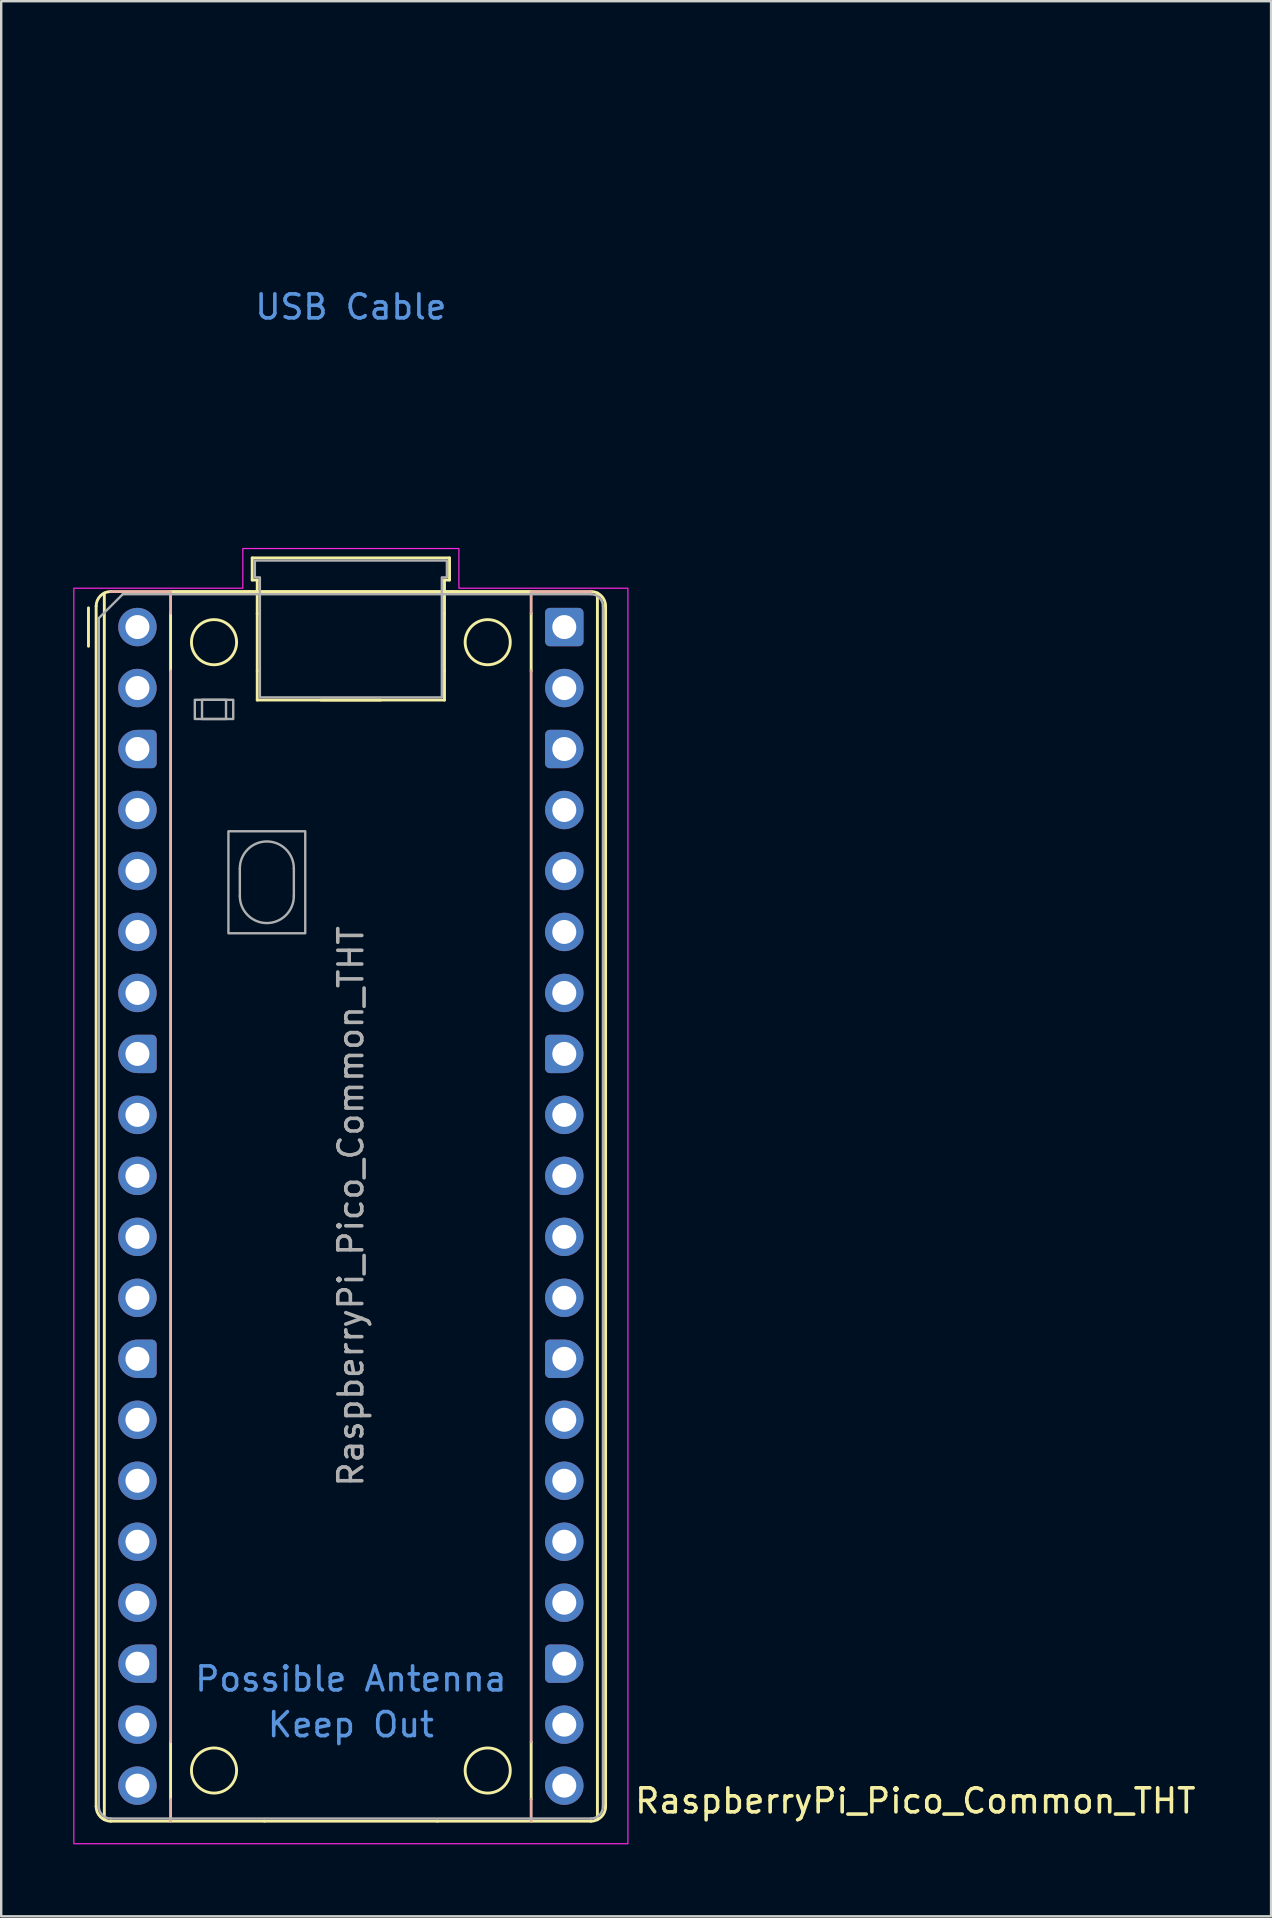
<source format=kicad_pcb>
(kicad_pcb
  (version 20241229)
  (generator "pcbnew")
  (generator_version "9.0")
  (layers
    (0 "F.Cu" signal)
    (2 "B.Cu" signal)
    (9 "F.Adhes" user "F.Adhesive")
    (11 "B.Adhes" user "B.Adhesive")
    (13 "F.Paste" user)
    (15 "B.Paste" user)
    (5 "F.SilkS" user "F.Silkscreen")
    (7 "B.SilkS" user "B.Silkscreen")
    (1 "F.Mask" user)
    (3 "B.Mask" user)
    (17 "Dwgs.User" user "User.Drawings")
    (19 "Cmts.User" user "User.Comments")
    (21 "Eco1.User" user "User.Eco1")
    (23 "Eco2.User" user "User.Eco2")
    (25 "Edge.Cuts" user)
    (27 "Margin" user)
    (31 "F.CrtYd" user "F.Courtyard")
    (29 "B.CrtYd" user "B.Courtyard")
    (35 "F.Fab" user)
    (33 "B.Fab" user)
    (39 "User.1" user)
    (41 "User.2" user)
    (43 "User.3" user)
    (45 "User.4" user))
  (footprint "RaspberryPi_Pico_Common_THT"
    (layer "F.Cu")
    (at 11.565 47.2)
    (property "Reference" "RaspberryPi_Pico_Common_THT" (at 11.748 24.765 0) (unlocked yes) (layer "F.SilkS") (effects (font (size 1 1) (thickness 0.15)) (justify left)))
    (attr through_hole)
    (fp_line (start -10.93 -23.33) (end -10.93 -24.93) (stroke (width 0.12) (type solid)) (layer "F.SilkS"))
    (fp_line (start -10.61 -25) (end -10.61 25) (stroke (width 0.12) (type solid)) (layer "F.SilkS"))
    (fp_line (start -10.27 -25.547) (end -10.27 25.547) (stroke (width 0.12) (type solid)) (layer "F.SilkS"))
    (fp_line (start -10 25.61) (end -3.6 25.61) (stroke (width 0.12) (type solid)) (layer "F.SilkS"))
    (fp_line (start -7.51 -25.61) (end -4.235 -25.61) (stroke (width 0.12) (type solid)) (layer "F.SilkS"))
    (fp_line (start -7.51 -24.696) (end -7.51 -22.304) (stroke (width 0.12) (type solid)) (layer "F.SilkS"))
    (fp_line (start -7.51 22.304) (end -7.51 24.696) (stroke (width 0.12) (type solid)) (layer "F.SilkS"))
    (fp_line (start -4.235 -25.61) (end 4.235 -25.61) (stroke (width 0.12) (type solid)) (layer "F.SilkS"))
    (fp_line (start -4.11 -27.01) (end -4.11 -26.09) (stroke (width 0.12) (type solid)) (layer "F.SilkS"))
    (fp_line (start -4.11 -27.01) (end 4.11 -27.01) (stroke (width 0.12) (type solid)) (layer "F.SilkS"))
    (fp_line (start -4.11 -26.09) (end -3.9 -26.09) (stroke (width 0.12) (type solid)) (layer "F.SilkS"))
    (fp_line (start -3.9 -26.09) (end -3.9 -24.694) (stroke (width 0.12) (type solid)) (layer "F.SilkS"))
    (fp_line (start -3.9 -24.694) (end -3.9 -22.306) (stroke (width 0.12) (type default)) (layer "F.SilkS"))
    (fp_line (start -3.9 -22.306) (end -3.9 -21.09) (stroke (width 0.12) (type solid)) (layer "F.SilkS"))
    (fp_line (start -1.246 -21.09) (end 1.246 -21.09) (stroke (width 0.12) (type solid)) (layer "F.SilkS"))
    (fp_line (start 3.6 25.61) (end -3.6 25.61) (stroke (width 0.12) (type solid)) (layer "F.SilkS"))
    (fp_line (start 3.6 25.61) (end 10 25.61) (stroke (width 0.12) (type solid)) (layer "F.SilkS"))
    (fp_line (start 3.9 -26.09) (end 3.9 -24.694) (stroke (width 0.12) (type solid)) (layer "F.SilkS"))
    (fp_line (start 3.9 -24.694) (end 3.9 -22.306) (stroke (width 0.12) (type default)) (layer "F.SilkS"))
    (fp_line (start 3.9 -22.306) (end 3.9 -21.09) (stroke (width 0.12) (type solid)) (layer "F.SilkS"))
    (fp_line (start 3.9 -21.09) (end -3.9 -21.09) (stroke (width 0.12) (type solid)) (layer "F.SilkS"))
    (fp_line (start 4.11 -27.01) (end 4.11 -26.09) (stroke (width 0.12) (type solid)) (layer "F.SilkS"))
    (fp_line (start 4.11 -26.09) (end 3.9 -26.09) (stroke (width 0.12) (type solid)) (layer "F.SilkS"))
    (fp_line (start 4.235 -25.61) (end 7.51 -25.61) (stroke (width 0.12) (type solid)) (layer "F.SilkS"))
    (fp_line (start 7.51 -24.696) (end 7.51 -22.304) (stroke (width 0.12) (type solid)) (layer "F.SilkS"))
    (fp_line (start 7.51 22.304) (end 7.51 24.696) (stroke (width 0.12) (type solid)) (layer "F.SilkS"))
    (fp_line (start 10.27 25.547) (end 10.27 -25.547) (stroke (width 0.12) (type solid)) (layer "F.SilkS"))
    (fp_line (start 10.61 -25) (end 10.61 25) (stroke (width 0.12) (type solid)) (layer "F.SilkS"))
    (fp_arc (start -10.61 -25) (mid -10.431335 -25.431335) (end -10 -25.61) (stroke (width 0.12) (type solid)) (layer "F.SilkS"))
    (fp_arc (start -10 25.61) (mid -10.431364 25.431364) (end -10.61 25) (stroke (width 0.12) (type solid)) (layer "F.SilkS"))
    (fp_arc (start 10 -25.61) (mid 10.431335 -25.431335) (end 10.61 -25) (stroke (width 0.12) (type solid)) (layer "F.SilkS"))
    (fp_arc (start 10.61 25) (mid 10.431335 25.431335) (end 10 25.61) (stroke (width 0.12) (type solid)) (layer "F.SilkS"))
    (fp_circle (center -5.7 -23.5) (end -4.76 -23.5) (stroke (width 0.12) (type solid)) (fill no) (layer "F.SilkS"))
    (fp_circle (center -5.7 23.5) (end -4.76 23.5) (stroke (width 0.12) (type solid)) (fill no) (layer "F.SilkS"))
    (fp_circle (center 5.7 -23.5) (end 6.64 -23.5) (stroke (width 0.12) (type solid)) (fill no) (layer "F.SilkS"))
    (fp_circle (center 5.7 23.5) (end 6.64 23.5) (stroke (width 0.12) (type solid)) (fill no) (layer "F.SilkS"))
    (fp_line (start -7.51 -25.61) (end -10 -25.61) (stroke (width 0.12) (type solid)) (layer "B.SilkS"))
    (fp_line (start -7.51 -24.696) (end -7.51 -25.61) (stroke (width 0.12) (type solid)) (layer "B.SilkS"))
    (fp_line (start -7.51 22.304) (end -7.51 -22.304) (stroke (width 0.12) (type solid)) (layer "B.SilkS"))
    (fp_line (start -7.51 25.61) (end -7.51 24.696) (stroke (width 0.12) (type solid)) (layer "B.SilkS"))
    (fp_line (start 7.51 -25.61) (end 10 -25.61) (stroke (width 0.12) (type solid)) (layer "B.SilkS"))
    (fp_line (start 7.51 -24.696) (end 7.51 -25.61) (stroke (width 0.12) (type solid)) (layer "B.SilkS"))
    (fp_line (start 7.51 22.304) (end 7.51 -22.304) (stroke (width 0.12) (type solid)) (layer "B.SilkS"))
    (fp_line (start 7.51 25.61) (end 7.51 24.696) (stroke (width 0.12) (type solid)) (layer "B.SilkS"))
    (fp_poly (pts (xy -4.5 -27.4) (xy 4.5 -27.4) (xy 4.5 -25.75) (xy 11.54 -25.75) (xy 11.54 26.55) (xy -11.54 26.55) (xy -11.54 -25.75) (xy -4.5 -25.75)) (stroke (width 0.05) (type solid)) (fill no) (layer "F.CrtYd"))
    (fp_line (start -10.5 -24.5) (end -9.5 -25.5) (stroke (width 0.1) (type solid)) (layer "F.Fab"))
    (fp_line (start -10.5 25) (end -10.5 -24.5) (stroke (width 0.1) (type solid)) (layer "F.Fab"))
    (fp_line (start -9.5 -25.5) (end 10 -25.5) (stroke (width 0.1) (type solid)) (layer "F.Fab"))
    (fp_line (start -4.625 -14.075) (end -4.625 -12.925) (stroke (width 0.1) (type solid)) (layer "F.Fab"))
    (fp_line (start -2.375 -14.075) (end -2.375 -12.925) (stroke (width 0.1) (type solid)) (layer "F.Fab"))
    (fp_line (start 10 25.5) (end -10 25.5) (stroke (width 0.1) (type solid)) (layer "F.Fab"))
    (fp_line (start 10.5 -25) (end 10.5 25) (stroke (width 0.1) (type solid)) (layer "F.Fab"))
    (fp_rect (start -6.5 -21.1) (end -4.9 -20.3) (stroke (width 0.1) (type solid)) (fill no) (layer "F.Fab"))
    (fp_rect (start -6.2 -21.1) (end -5.2 -20.3) (stroke (width 0.1) (type solid)) (fill no) (layer "F.Fab"))
    (fp_rect (start -5.1 -15.625) (end -1.9 -11.375) (stroke (width 0.1) (type solid)) (fill no) (layer "F.Fab"))
    (fp_arc (start -10 25.5) (mid -10.353553 25.353553) (end -10.5 25) (stroke (width 0.1) (type solid)) (layer "F.Fab"))
    (fp_arc (start -4.625 -14.075) (mid -3.5 -15.2) (end -2.375 -14.075) (stroke (width 0.1) (type solid)) (layer "F.Fab"))
    (fp_arc (start -2.375 -12.925) (mid -3.5 -11.8) (end -4.625 -12.925) (stroke (width 0.1) (type solid)) (layer "F.Fab"))
    (fp_arc (start 10 -25.5) (mid 10.353553 -25.353553) (end 10.5 -25) (stroke (width 0.1) (type solid)) (layer "F.Fab"))
    (fp_arc (start 10.5 25) (mid 10.353553 25.353553) (end 10 25.5) (stroke (width 0.1) (type solid)) (layer "F.Fab"))
    (fp_poly (pts (xy 3.79 -21.2) (xy 3.79 -26.2) (xy 4 -26.2) (xy 4 -26.9) (xy -4 -26.9) (xy -4 -26.2) (xy -3.79 -26.2) (xy -3.79 -21.2)) (stroke (width 0.1) (type solid)) (fill no) (layer "F.Fab"))
    (fp_text user "Possible Antenna" (at 0 19.685 0) (unlocked yes) (layer "Cmts.User") (effects (font (size 1 1) (thickness 0.15))))
    (fp_text user "USB Cable" (at 0 -37.465 0) (unlocked yes) (layer "Cmts.User") (effects (font (size 1 1) (thickness 0.15))))
    (fp_text user "Keep Out" (at 0 21.59 0) (unlocked yes) (layer "Cmts.User") (effects (font (size 1 1) (thickness 0.15))))
    (fp_text user "${REFERENCE}" (at 0 0 90) (layer "F.Fab") (effects (font (size 1 1) (thickness 0.15))))
    (pad "1" thru_hole roundrect (at 8.89 -24.13) (size 1.6 1.6) (drill 1) (layers "*.Cu" "*.Mask") (roundrect_rratio 0.125))
    (pad "2" thru_hole circle (at 8.89 -21.59) (size 1.6 1.6) (drill 1) (layers "*.Cu" "*.Mask"))
    (pad "3" thru_hole custom (at 8.89 -19.05) (size 1.6 1.6) (drill 1) (layers "*.Cu" "*.Mask") (options (anchor circle)) (primitives (gr_poly (pts (xy -0.8 0.6) (xy -0.8 -0.6) (xy -0.6 -0.8) (xy 0 -0.8) (xy 0 0.8) (xy -0.6 0.8)) (width 0) (fill yes)) (gr_circle (center -0.6 0.6) (end -0.8 0.6) (width 0) (fill yes)) (gr_circle (center -0.6 -0.6) (end -0.8 -0.6) (width 0) (fill yes))))
    (pad "4" thru_hole circle (at 8.89 -16.51) (size 1.6 1.6) (drill 1) (layers "*.Cu" "*.Mask"))
    (pad "5" thru_hole circle (at 8.89 -13.97) (size 1.6 1.6) (drill 1) (layers "*.Cu" "*.Mask"))
    (pad "6" thru_hole circle (at 8.89 -11.43) (size 1.6 1.6) (drill 1) (layers "*.Cu" "*.Mask"))
    (pad "7" thru_hole circle (at 8.89 -8.89) (size 1.6 1.6) (drill 1) (layers "*.Cu" "*.Mask"))
    (pad "8" thru_hole custom (at 8.89 -6.35) (size 1.6 1.6) (drill 1) (layers "*.Cu" "*.Mask") (options (anchor circle)) (primitives (gr_poly (pts (xy -0.8 0.6) (xy -0.8 -0.6) (xy -0.6 -0.8) (xy 0 -0.8) (xy 0 0.8) (xy -0.6 0.8)) (width 0) (fill yes)) (gr_circle (center -0.6 0.6) (end -0.8 0.6) (width 0) (fill yes)) (gr_circle (center -0.6 -0.6) (end -0.8 -0.6) (width 0) (fill yes))))
    (pad "9" thru_hole circle (at 8.89 -3.81) (size 1.6 1.6) (drill 1) (layers "*.Cu" "*.Mask"))
    (pad "10" thru_hole circle (at 8.89 -1.27) (size 1.6 1.6) (drill 1) (layers "*.Cu" "*.Mask"))
    (pad "11" thru_hole circle (at 8.89 1.27) (size 1.6 1.6) (drill 1) (layers "*.Cu" "*.Mask"))
    (pad "12" thru_hole circle (at 8.89 3.81) (size 1.6 1.6) (drill 1) (layers "*.Cu" "*.Mask"))
    (pad "13" thru_hole custom (at 8.89 6.35) (size 1.6 1.6) (drill 1) (layers "*.Cu" "*.Mask") (options (anchor circle)) (primitives (gr_poly (pts (xy -0.8 0.6) (xy -0.8 -0.6) (xy -0.6 -0.8) (xy 0 -0.8) (xy 0 0.8) (xy -0.6 0.8)) (width 0) (fill yes)) (gr_circle (center -0.6 0.6) (end -0.8 0.6) (width 0) (fill yes)) (gr_circle (center -0.6 -0.6) (end -0.8 -0.6) (width 0) (fill yes))))
    (pad "14" thru_hole circle (at 8.89 8.89) (size 1.6 1.6) (drill 1) (layers "*.Cu" "*.Mask"))
    (pad "15" thru_hole circle (at 8.89 11.43) (size 1.6 1.6) (drill 1) (layers "*.Cu" "*.Mask"))
    (pad "16" thru_hole circle (at 8.89 13.97) (size 1.6 1.6) (drill 1) (layers "*.Cu" "*.Mask"))
    (pad "17" thru_hole circle (at 8.89 16.51) (size 1.6 1.6) (drill 1) (layers "*.Cu" "*.Mask"))
    (pad "18" thru_hole custom (at 8.89 19.05) (size 1.6 1.6) (drill 1) (layers "*.Cu" "*.Mask") (options (anchor circle)) (primitives (gr_poly (pts (xy -0.8 0.6) (xy -0.8 -0.6) (xy -0.6 -0.8) (xy 0 -0.8) (xy 0 0.8) (xy -0.6 0.8)) (width 0) (fill yes)) (gr_circle (center -0.6 0.6) (end -0.8 0.6) (width 0) (fill yes)) (gr_circle (center -0.6 -0.6) (end -0.8 -0.6) (width 0) (fill yes))))
    (pad "19" thru_hole circle (at 8.89 21.59) (size 1.6 1.6) (drill 1) (layers "*.Cu" "*.Mask"))
    (pad "20" thru_hole circle (at 8.89 24.13) (size 1.6 1.6) (drill 1) (layers "*.Cu" "*.Mask"))
    (pad "21" thru_hole circle (at -8.89 24.13) (size 1.6 1.6) (drill 1) (layers "*.Cu" "*.Mask"))
    (pad "22" thru_hole circle (at -8.89 21.59) (size 1.6 1.6) (drill 1) (layers "*.Cu" "*.Mask"))
    (pad "23" thru_hole custom (at -8.89 19.05) (size 1.6 1.6) (drill 1) (layers "*.Cu" "*.Mask") (options (anchor circle)) (primitives (gr_poly (pts (xy 0.8 0.6) (xy 0.8 -0.6) (xy 0.6 -0.8) (xy 0 -0.8) (xy 0 0.8) (xy 0.6 0.8)) (width 0) (fill yes)) (gr_circle (center 0.6 0.6) (end 0.4 0.6) (width 0) (fill yes)) (gr_circle (center 0.6 -0.6) (end 0.4 -0.6) (width 0) (fill yes))))
    (pad "24" thru_hole circle (at -8.89 16.51) (size 1.6 1.6) (drill 1) (layers "*.Cu" "*.Mask"))
    (pad "25" thru_hole circle (at -8.89 13.97) (size 1.6 1.6) (drill 1) (layers "*.Cu" "*.Mask"))
    (pad "26" thru_hole circle (at -8.89 11.43) (size 1.6 1.6) (drill 1) (layers "*.Cu" "*.Mask"))
    (pad "27" thru_hole circle (at -8.89 8.89) (size 1.6 1.6) (drill 1) (layers "*.Cu" "*.Mask"))
    (pad "28" thru_hole custom (at -8.89 6.35) (size 1.6 1.6) (drill 1) (layers "*.Cu" "*.Mask") (options (anchor circle)) (primitives (gr_poly (pts (xy 0.8 0.6) (xy 0.8 -0.6) (xy 0.6 -0.8) (xy 0 -0.8) (xy 0 0.8) (xy 0.6 0.8)) (width 0) (fill yes)) (gr_circle (center 0.6 0.6) (end 0.4 0.6) (width 0) (fill yes)) (gr_circle (center 0.6 -0.6) (end 0.4 -0.6) (width 0) (fill yes))))
    (pad "29" thru_hole circle (at -8.89 3.81) (size 1.6 1.6) (drill 1) (layers "*.Cu" "*.Mask"))
    (pad "30" thru_hole circle (at -8.89 1.27) (size 1.6 1.6) (drill 1) (layers "*.Cu" "*.Mask"))
    (pad "31" thru_hole circle (at -8.89 -1.27) (size 1.6 1.6) (drill 1) (layers "*.Cu" "*.Mask"))
    (pad "32" thru_hole circle (at -8.89 -3.81) (size 1.6 1.6) (drill 1) (layers "*.Cu" "*.Mask"))
    (pad "33" thru_hole custom (at -8.89 -6.35) (size 1.6 1.6) (drill 1) (layers "*.Cu" "*.Mask") (options (anchor circle)) (primitives (gr_poly (pts (xy 0.8 0.6) (xy 0.8 -0.6) (xy 0.6 -0.8) (xy 0 -0.8) (xy 0 0.8) (xy 0.6 0.8)) (width 0) (fill yes)) (gr_circle (center 0.6 0.6) (end 0.4 0.6) (width 0) (fill yes)) (gr_circle (center 0.6 -0.6) (end 0.4 -0.6) (width 0) (fill yes))))
    (pad "34" thru_hole circle (at -8.89 -8.89) (size 1.6 1.6) (drill 1) (layers "*.Cu" "*.Mask"))
    (pad "35" thru_hole circle (at -8.89 -11.43) (size 1.6 1.6) (drill 1) (layers "*.Cu" "*.Mask"))
    (pad "36" thru_hole circle (at -8.89 -13.97) (size 1.6 1.6) (drill 1) (layers "*.Cu" "*.Mask"))
    (pad "37" thru_hole circle (at -8.89 -16.51) (size 1.6 1.6) (drill 1) (layers "*.Cu" "*.Mask"))
    (pad "38" thru_hole custom (at -8.89 -19.05) (size 1.6 1.6) (drill 1) (layers "*.Cu" "*.Mask") (options (anchor circle)) (primitives (gr_poly (pts (xy 0.8 0.6) (xy 0.8 -0.6) (xy 0.6 -0.8) (xy 0 -0.8) (xy 0 0.8) (xy 0.6 0.8)) (width 0) (fill yes)) (gr_circle (center 0.6 0.6) (end 0.4 0.6) (width 0) (fill yes)) (gr_circle (center 0.6 -0.6) (end 0.4 -0.6) (width 0) (fill yes))))
    (pad "39" thru_hole circle (at -8.89 -21.59) (size 1.6 1.6) (drill 1) (layers "*.Cu" "*.Mask"))
    (pad "40" thru_hole circle (at -8.89 -24.13) (size 1.6 1.6) (drill 1) (layers "*.Cu" "*.Mask"))
    (zone (net_name "") (layers "F.Cu" "B.Cu" "F.Paste" "B.Paste") (name "Antenna Copper Keep Out") (hatch full 0.5) (connect_pads) (min_thickness 0.254) (filled_areas_thickness no) (keepout (tracks not_allowed) (vias not_allowed) (pads not_allowed) (copperpour not_allowed) (footprints allowed)) (placement (enabled no)) (fill) (polygon (pts (xy 9.165 72.19) (xy 4.465 68.54) (xy 4.465 64.2) (xy 18.665 64.2) (xy 18.665 68.54) (xy 13.965 72.19) (xy 13.965 73.2) (xy 9.165 73.2))))
    (zone (net_name "") (layer "F.CrtYd") (name "USB Cable") (hatch edge 0.5) (connect_pads) (min_thickness 0.254) (filled_areas_thickness no) (keepout (tracks allowed) (vias allowed) (pads allowed) (copperpour allowed) (footprints allowed)) (placement (enabled no)) (fill) (polygon (pts (xy 5.815 19.5) (xy 7.625 19.5) (xy 7.625 19.8) (xy 15.505 19.8) (xy 15.505 19.5) (xy 17.315 19.5) (xy 17.315 0) (xy 5.815 0)))))
  (gr_rect
    (start -3 -3)
    (end 49.896 76.775)
    (stroke (width 0.1) (type default))
    (fill no)
    (layer "Edge.Cuts")))
</source>
